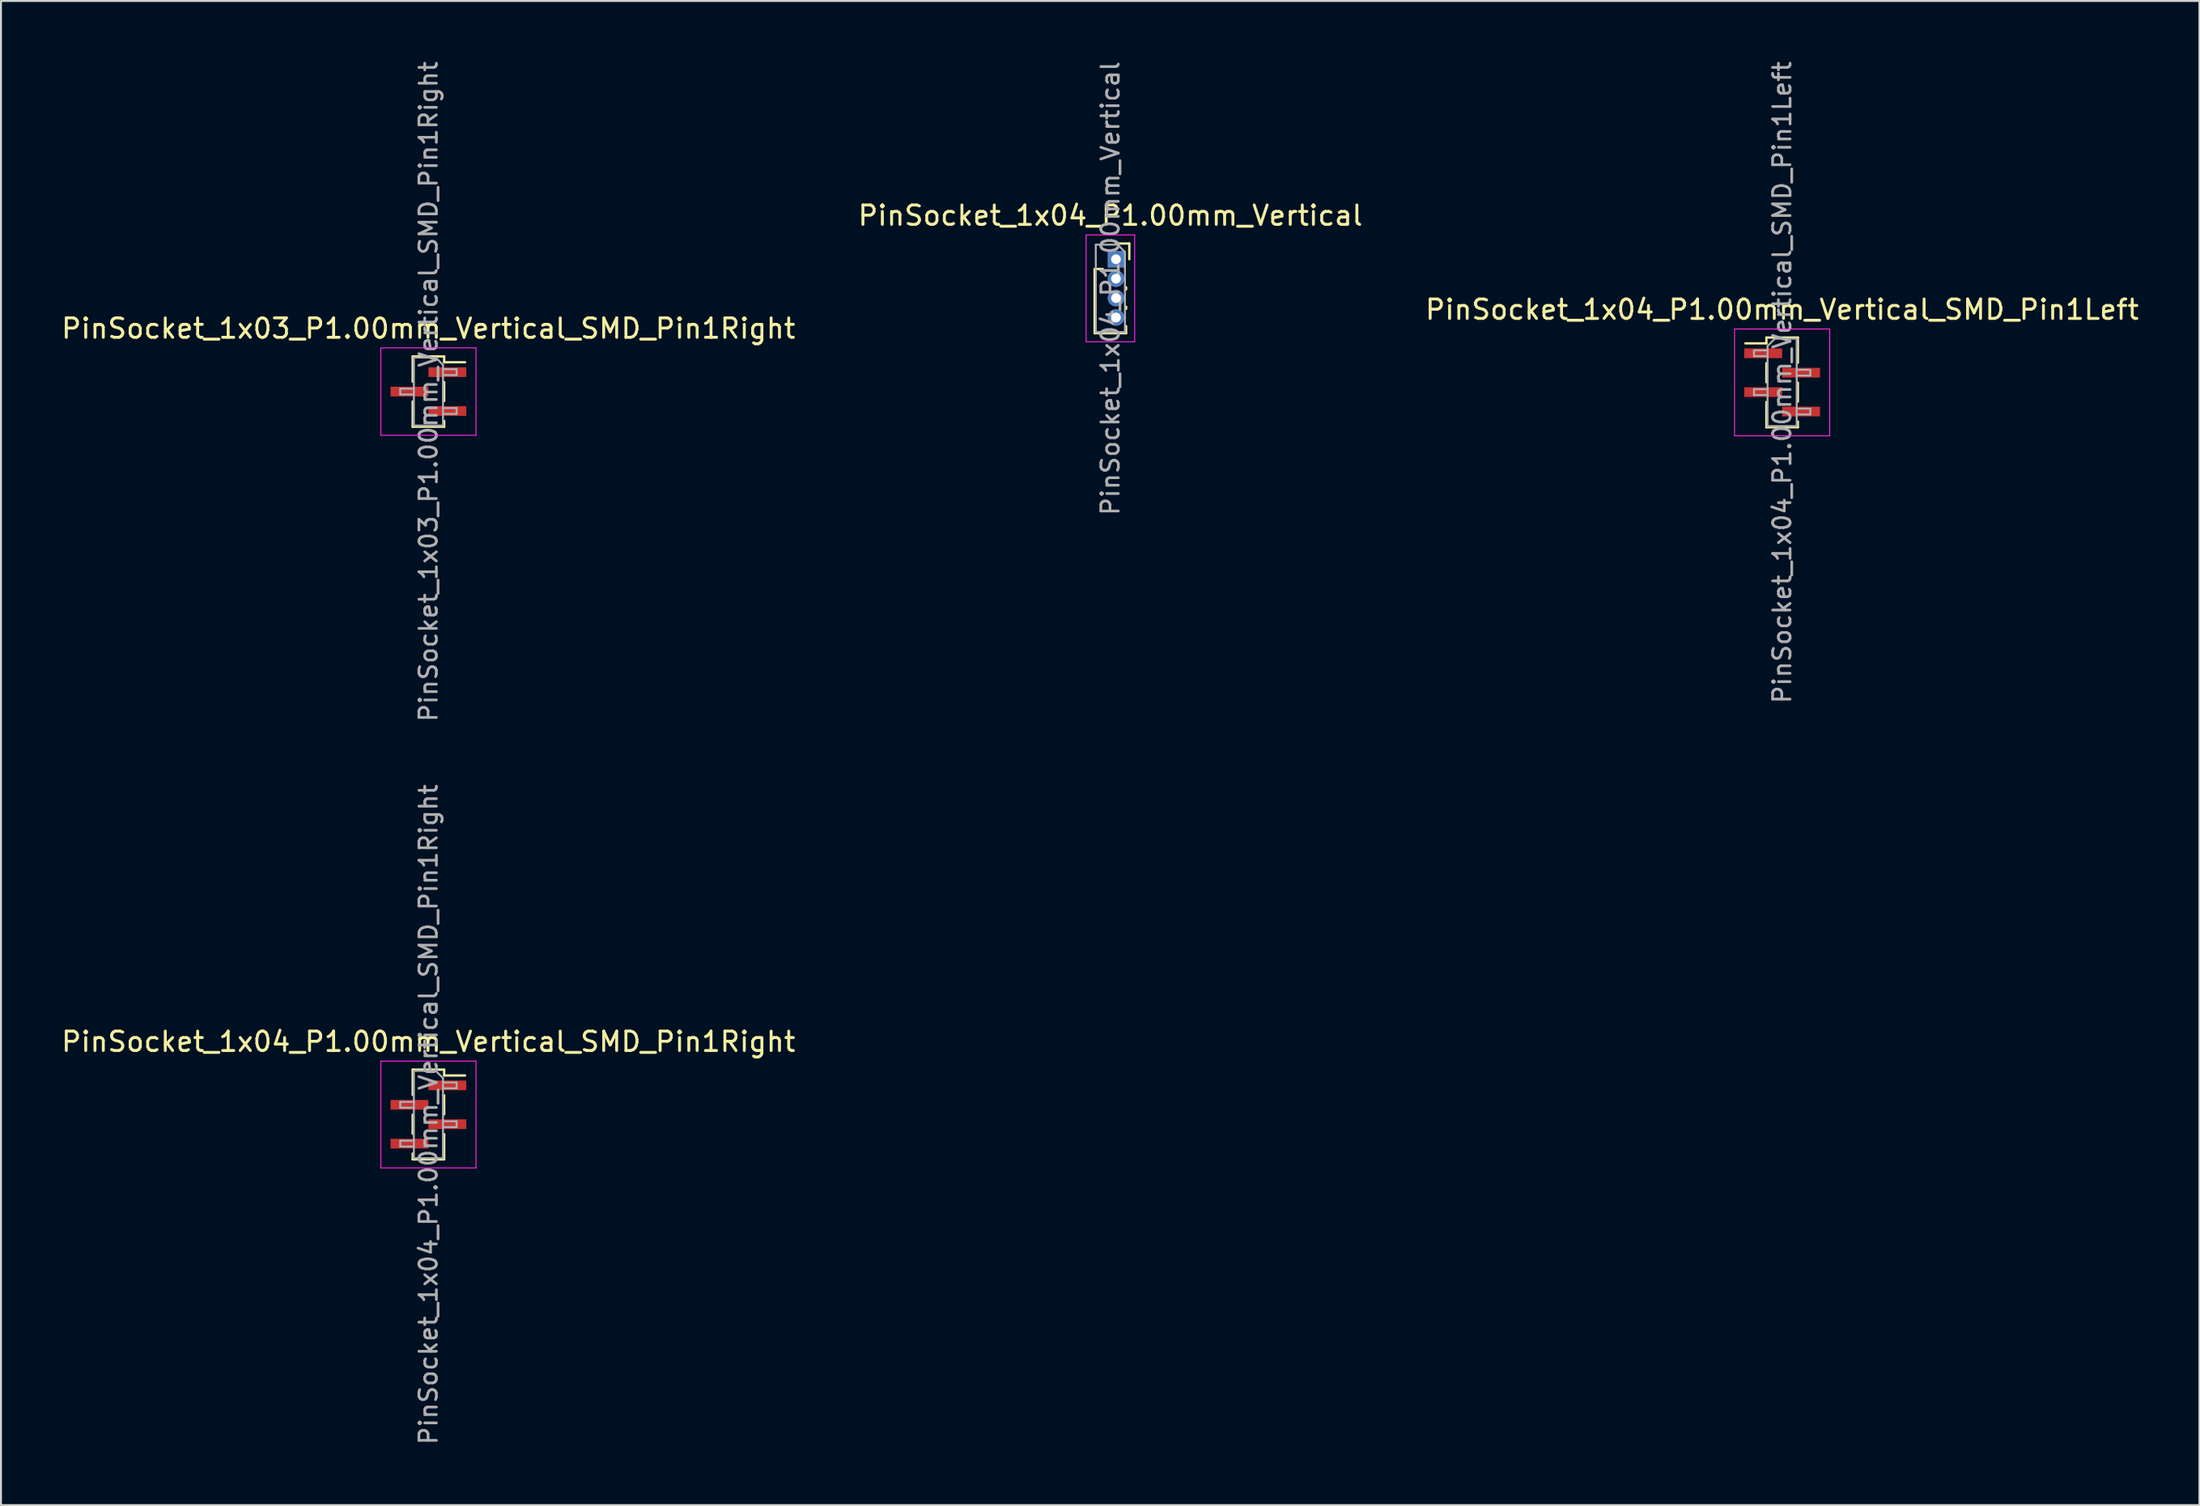
<source format=kicad_pcb>
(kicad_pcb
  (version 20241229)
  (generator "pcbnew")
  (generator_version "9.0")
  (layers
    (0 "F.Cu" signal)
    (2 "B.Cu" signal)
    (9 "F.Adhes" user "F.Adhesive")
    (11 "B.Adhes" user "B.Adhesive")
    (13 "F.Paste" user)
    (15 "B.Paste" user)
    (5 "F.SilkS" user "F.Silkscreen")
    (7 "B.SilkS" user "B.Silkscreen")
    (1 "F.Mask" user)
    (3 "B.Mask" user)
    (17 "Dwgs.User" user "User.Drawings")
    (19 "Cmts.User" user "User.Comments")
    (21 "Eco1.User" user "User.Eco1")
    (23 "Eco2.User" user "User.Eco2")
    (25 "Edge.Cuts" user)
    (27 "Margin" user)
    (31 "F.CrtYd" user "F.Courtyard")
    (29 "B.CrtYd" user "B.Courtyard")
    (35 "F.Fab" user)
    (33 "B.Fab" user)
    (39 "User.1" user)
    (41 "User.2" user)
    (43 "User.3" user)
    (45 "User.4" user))
  (footprint "PinSocket_1x04_P1.00mm_Vertical"
    (layer "F.Cu")
    (at 54.403 10.299)
    (property "Reference" "PinSocket_1x04_P1.00mm_Vertical" (at -0.29 -2.25 0) (layer "F.SilkS") (effects (font (size 1 1) (thickness 0.15))))
    (attr through_hole)
    (fp_line (start -1.1 0.5) (end -1.1 3.81) (stroke (width 0.12) (type solid)) (layer "F.SilkS"))
    (fp_line (start -1.1 0.5) (end -0.685 0.5) (stroke (width 0.12) (type solid)) (layer "F.SilkS"))
    (fp_line (start -1.1 3.81) (end 0.52 3.81) (stroke (width 0.12) (type solid)) (layer "F.SilkS"))
    (fp_line (start 0 -0.81) (end 0.685 -0.81) (stroke (width 0.12) (type solid)) (layer "F.SilkS"))
    (fp_line (start 0.52 1.446) (end 0.52 1.554) (stroke (width 0.12) (type solid)) (layer "F.SilkS"))
    (fp_line (start 0.52 2.446) (end 0.52 2.554) (stroke (width 0.12) (type solid)) (layer "F.SilkS"))
    (fp_line (start 0.52 3.446) (end 0.52 3.81) (stroke (width 0.12) (type solid)) (layer "F.SilkS"))
    (fp_line (start 0.685 -0.81) (end 0.685 0) (stroke (width 0.12) (type solid)) (layer "F.SilkS"))
    (fp_line (start -1.54 -1.25) (end 0.96 -1.25) (stroke (width 0.05) (type solid)) (layer "F.CrtYd"))
    (fp_line (start -1.54 4.25) (end -1.54 -1.25) (stroke (width 0.05) (type solid)) (layer "F.CrtYd"))
    (fp_line (start 0.96 -1.25) (end 0.96 4.25) (stroke (width 0.05) (type solid)) (layer "F.CrtYd"))
    (fp_line (start 0.96 4.25) (end -1.54 4.25) (stroke (width 0.05) (type solid)) (layer "F.CrtYd"))
    (fp_line (start -1.04 -0.75) (end 0.085 -0.75) (stroke (width 0.1) (type solid)) (layer "F.Fab"))
    (fp_line (start -1.04 3.75) (end -1.04 -0.75) (stroke (width 0.1) (type solid)) (layer "F.Fab"))
    (fp_line (start 0.085 -0.75) (end 0.46 -0.375) (stroke (width 0.1) (type solid)) (layer "F.Fab"))
    (fp_line (start 0.46 -0.375) (end 0.46 3.75) (stroke (width 0.1) (type solid)) (layer "F.Fab"))
    (fp_line (start 0.46 3.75) (end -1.04 3.75) (stroke (width 0.1) (type solid)) (layer "F.Fab"))
    (fp_text user "${REFERENCE}" (at -0.29 1.5 90) (layer "F.Fab") (effects (font (size 0.9 0.9) (thickness 0.14))))
    (pad "1" thru_hole rect (at 0 0) (size 0.85 0.85) (drill 0.5) (layers "*.Cu" "*.Mask"))
    (pad "2" thru_hole oval (at 0 1) (size 0.85 0.85) (drill 0.5) (layers "*.Cu" "*.Mask"))
    (pad "3" thru_hole oval (at 0 2) (size 0.85 0.85) (drill 0.5) (layers "*.Cu" "*.Mask"))
    (pad "4" thru_hole oval (at 0 3) (size 0.85 0.85) (drill 0.5) (layers "*.Cu" "*.Mask")))
  (footprint "PinSocket_1x03_P1.00mm_Vertical_SMD_Pin1Right"
    (layer "F.Cu")
    (at 19.006 17.113)
    (property "Reference" "PinSocket_1x03_P1.00mm_Vertical_SMD_Pin1Right" (at 0 -3.25 0) (layer "F.SilkS") (effects (font (size 1 1) (thickness 0.15))))
    (attr smd)
    (fp_line (start -0.81 -1.81) (end -0.81 -0.51) (stroke (width 0.12) (type solid)) (layer "F.SilkS"))
    (fp_line (start -0.81 -1.81) (end 0.81 -1.81) (stroke (width 0.12) (type solid)) (layer "F.SilkS"))
    (fp_line (start -0.81 0.51) (end -0.81 1.81) (stroke (width 0.12) (type solid)) (layer "F.SilkS"))
    (fp_line (start -0.81 1.81) (end 0.81 1.81) (stroke (width 0.12) (type solid)) (layer "F.SilkS"))
    (fp_line (start 0.81 -1.81) (end 0.81 -1.51) (stroke (width 0.12) (type solid)) (layer "F.SilkS"))
    (fp_line (start 0.81 -1.51) (end 1.89 -1.51) (stroke (width 0.12) (type solid)) (layer "F.SilkS"))
    (fp_line (start 0.81 -0.49) (end 0.81 0.49) (stroke (width 0.12) (type solid)) (layer "F.SilkS"))
    (fp_line (start 0.81 1.51) (end 0.81 1.81) (stroke (width 0.12) (type solid)) (layer "F.SilkS"))
    (fp_line (start -2.45 -2.25) (end 2.45 -2.25) (stroke (width 0.05) (type solid)) (layer "F.CrtYd"))
    (fp_line (start -2.45 2.25) (end -2.45 -2.25) (stroke (width 0.05) (type solid)) (layer "F.CrtYd"))
    (fp_line (start 2.45 -2.25) (end 2.45 2.25) (stroke (width 0.05) (type solid)) (layer "F.CrtYd"))
    (fp_line (start 2.45 2.25) (end -2.45 2.25) (stroke (width 0.05) (type solid)) (layer "F.CrtYd"))
    (fp_line (start -1.45 -0.15) (end -0.75 -0.15) (stroke (width 0.1) (type solid)) (layer "F.Fab"))
    (fp_line (start -1.45 0.15) (end -1.45 -0.15) (stroke (width 0.1) (type solid)) (layer "F.Fab"))
    (fp_line (start -0.75 -1.75) (end 0.375 -1.75) (stroke (width 0.1) (type solid)) (layer "F.Fab"))
    (fp_line (start -0.75 0.15) (end -1.45 0.15) (stroke (width 0.1) (type solid)) (layer "F.Fab"))
    (fp_line (start -0.75 1.75) (end -0.75 -1.75) (stroke (width 0.1) (type solid)) (layer "F.Fab"))
    (fp_line (start 0.375 -1.75) (end 0.75 -1.375) (stroke (width 0.1) (type solid)) (layer "F.Fab"))
    (fp_line (start 0.75 -1.375) (end 0.75 1.75) (stroke (width 0.1) (type solid)) (layer "F.Fab"))
    (fp_line (start 0.75 -1.15) (end 1.45 -1.15) (stroke (width 0.1) (type solid)) (layer "F.Fab"))
    (fp_line (start 0.75 0.85) (end 1.45 0.85) (stroke (width 0.1) (type solid)) (layer "F.Fab"))
    (fp_line (start 0.75 1.75) (end -0.75 1.75) (stroke (width 0.1) (type solid)) (layer "F.Fab"))
    (fp_line (start 1.45 -1.15) (end 1.45 -0.85) (stroke (width 0.1) (type solid)) (layer "F.Fab"))
    (fp_line (start 1.45 -0.85) (end 0.75 -0.85) (stroke (width 0.1) (type solid)) (layer "F.Fab"))
    (fp_line (start 1.45 0.85) (end 1.45 1.15) (stroke (width 0.1) (type solid)) (layer "F.Fab"))
    (fp_line (start 1.45 1.15) (end 0.75 1.15) (stroke (width 0.1) (type solid)) (layer "F.Fab"))
    (fp_text user "${REFERENCE}" (at 0 0 90) (layer "F.Fab") (effects (font (size 0.9 0.9) (thickness 0.14))))
    (pad "1" smd rect (at 0.975 -1) (size 1.95 0.5) (layers "F.Cu" "F.Mask" "F.Paste"))
    (pad "2" smd rect (at -0.975 0) (size 1.95 0.5) (layers "F.Cu" "F.Mask" "F.Paste"))
    (pad "3" smd rect (at 0.975 1) (size 1.95 0.5) (layers "F.Cu" "F.Mask" "F.Paste")))
  (footprint "PinSocket_1x04_P1.00mm_Vertical_SMD_Pin1Left"
    (layer "F.Cu")
    (at 88.696 16.641)
    (property "Reference" "PinSocket_1x04_P1.00mm_Vertical_SMD_Pin1Left" (at 0 -3.75 0) (layer "F.SilkS") (effects (font (size 1 1) (thickness 0.15))))
    (attr smd)
    (fp_line (start -1.89 -2.01) (end -0.81 -2.01) (stroke (width 0.12) (type solid)) (layer "F.SilkS"))
    (fp_line (start -0.81 -2.31) (end -0.81 -2.01) (stroke (width 0.12) (type solid)) (layer "F.SilkS"))
    (fp_line (start -0.81 -2.31) (end 0.81 -2.31) (stroke (width 0.12) (type solid)) (layer "F.SilkS"))
    (fp_line (start -0.81 -0.99) (end -0.81 -0.01) (stroke (width 0.12) (type solid)) (layer "F.SilkS"))
    (fp_line (start -0.81 1.01) (end -0.81 2.31) (stroke (width 0.12) (type solid)) (layer "F.SilkS"))
    (fp_line (start -0.81 2.31) (end 0.81 2.31) (stroke (width 0.12) (type solid)) (layer "F.SilkS"))
    (fp_line (start 0.81 -2.31) (end 0.81 -1.01) (stroke (width 0.12) (type solid)) (layer "F.SilkS"))
    (fp_line (start 0.81 0.01) (end 0.81 0.99) (stroke (width 0.12) (type solid)) (layer "F.SilkS"))
    (fp_line (start 0.81 2.01) (end 0.81 2.31) (stroke (width 0.12) (type solid)) (layer "F.SilkS"))
    (fp_line (start -2.45 -2.75) (end 2.45 -2.75) (stroke (width 0.05) (type solid)) (layer "F.CrtYd"))
    (fp_line (start -2.45 2.75) (end -2.45 -2.75) (stroke (width 0.05) (type solid)) (layer "F.CrtYd"))
    (fp_line (start 2.45 -2.75) (end 2.45 2.75) (stroke (width 0.05) (type solid)) (layer "F.CrtYd"))
    (fp_line (start 2.45 2.75) (end -2.45 2.75) (stroke (width 0.05) (type solid)) (layer "F.CrtYd"))
    (fp_line (start -1.45 -1.65) (end -0.75 -1.65) (stroke (width 0.1) (type solid)) (layer "F.Fab"))
    (fp_line (start -1.45 -1.35) (end -1.45 -1.65) (stroke (width 0.1) (type solid)) (layer "F.Fab"))
    (fp_line (start -1.45 0.35) (end -0.75 0.35) (stroke (width 0.1) (type solid)) (layer "F.Fab"))
    (fp_line (start -1.45 0.65) (end -1.45 0.35) (stroke (width 0.1) (type solid)) (layer "F.Fab"))
    (fp_line (start -0.75 -1.875) (end -0.375 -2.25) (stroke (width 0.1) (type solid)) (layer "F.Fab"))
    (fp_line (start -0.75 -1.35) (end -1.45 -1.35) (stroke (width 0.1) (type solid)) (layer "F.Fab"))
    (fp_line (start -0.75 0.65) (end -1.45 0.65) (stroke (width 0.1) (type solid)) (layer "F.Fab"))
    (fp_line (start -0.75 2.25) (end -0.75 -1.875) (stroke (width 0.1) (type solid)) (layer "F.Fab"))
    (fp_line (start -0.375 -2.25) (end 0.75 -2.25) (stroke (width 0.1) (type solid)) (layer "F.Fab"))
    (fp_line (start 0.75 -2.25) (end 0.75 2.25) (stroke (width 0.1) (type solid)) (layer "F.Fab"))
    (fp_line (start 0.75 -0.65) (end 1.45 -0.65) (stroke (width 0.1) (type solid)) (layer "F.Fab"))
    (fp_line (start 0.75 1.35) (end 1.45 1.35) (stroke (width 0.1) (type solid)) (layer "F.Fab"))
    (fp_line (start 0.75 2.25) (end -0.75 2.25) (stroke (width 0.1) (type solid)) (layer "F.Fab"))
    (fp_line (start 1.45 -0.65) (end 1.45 -0.35) (stroke (width 0.1) (type solid)) (layer "F.Fab"))
    (fp_line (start 1.45 -0.35) (end 0.75 -0.35) (stroke (width 0.1) (type solid)) (layer "F.Fab"))
    (fp_line (start 1.45 1.35) (end 1.45 1.65) (stroke (width 0.1) (type solid)) (layer "F.Fab"))
    (fp_line (start 1.45 1.65) (end 0.75 1.65) (stroke (width 0.1) (type solid)) (layer "F.Fab"))
    (fp_text user "${REFERENCE}" (at 0 0 90) (layer "F.Fab") (effects (font (size 0.9 0.9) (thickness 0.14))))
    (pad "1" smd rect (at -0.975 -1.5) (size 1.95 0.5) (layers "F.Cu" "F.Mask" "F.Paste"))
    (pad "2" smd rect (at 0.975 -0.5) (size 1.95 0.5) (layers "F.Cu" "F.Mask" "F.Paste"))
    (pad "3" smd rect (at -0.975 0.5) (size 1.95 0.5) (layers "F.Cu" "F.Mask" "F.Paste"))
    (pad "4" smd rect (at 0.975 1.5) (size 1.95 0.5) (layers "F.Cu" "F.Mask" "F.Paste")))
  (footprint "PinSocket_1x04_P1.00mm_Vertical_SMD_Pin1Right"
    (layer "F.Cu")
    (at 19.006 54.339)
    (property "Reference" "PinSocket_1x04_P1.00mm_Vertical_SMD_Pin1Right" (at 0 -3.75 0) (layer "F.SilkS") (effects (font (size 1 1) (thickness 0.15))))
    (attr smd)
    (fp_line (start -0.81 -2.31) (end -0.81 -1.01) (stroke (width 0.12) (type solid)) (layer "F.SilkS"))
    (fp_line (start -0.81 -2.31) (end 0.81 -2.31) (stroke (width 0.12) (type solid)) (layer "F.SilkS"))
    (fp_line (start -0.81 0.01) (end -0.81 0.99) (stroke (width 0.12) (type solid)) (layer "F.SilkS"))
    (fp_line (start -0.81 2.01) (end -0.81 2.31) (stroke (width 0.12) (type solid)) (layer "F.SilkS"))
    (fp_line (start -0.81 2.31) (end 0.81 2.31) (stroke (width 0.12) (type solid)) (layer "F.SilkS"))
    (fp_line (start 0.81 -2.31) (end 0.81 -2.01) (stroke (width 0.12) (type solid)) (layer "F.SilkS"))
    (fp_line (start 0.81 -2.01) (end 1.89 -2.01) (stroke (width 0.12) (type solid)) (layer "F.SilkS"))
    (fp_line (start 0.81 -0.99) (end 0.81 -0.01) (stroke (width 0.12) (type solid)) (layer "F.SilkS"))
    (fp_line (start 0.81 1.01) (end 0.81 2.31) (stroke (width 0.12) (type solid)) (layer "F.SilkS"))
    (fp_line (start -2.45 -2.75) (end 2.45 -2.75) (stroke (width 0.05) (type solid)) (layer "F.CrtYd"))
    (fp_line (start -2.45 2.75) (end -2.45 -2.75) (stroke (width 0.05) (type solid)) (layer "F.CrtYd"))
    (fp_line (start 2.45 -2.75) (end 2.45 2.75) (stroke (width 0.05) (type solid)) (layer "F.CrtYd"))
    (fp_line (start 2.45 2.75) (end -2.45 2.75) (stroke (width 0.05) (type solid)) (layer "F.CrtYd"))
    (fp_line (start -1.45 -0.65) (end -0.75 -0.65) (stroke (width 0.1) (type solid)) (layer "F.Fab"))
    (fp_line (start -1.45 -0.35) (end -1.45 -0.65) (stroke (width 0.1) (type solid)) (layer "F.Fab"))
    (fp_line (start -1.45 1.35) (end -0.75 1.35) (stroke (width 0.1) (type solid)) (layer "F.Fab"))
    (fp_line (start -1.45 1.65) (end -1.45 1.35) (stroke (width 0.1) (type solid)) (layer "F.Fab"))
    (fp_line (start -0.75 -2.25) (end 0.375 -2.25) (stroke (width 0.1) (type solid)) (layer "F.Fab"))
    (fp_line (start -0.75 -0.35) (end -1.45 -0.35) (stroke (width 0.1) (type solid)) (layer "F.Fab"))
    (fp_line (start -0.75 1.65) (end -1.45 1.65) (stroke (width 0.1) (type solid)) (layer "F.Fab"))
    (fp_line (start -0.75 2.25) (end -0.75 -2.25) (stroke (width 0.1) (type solid)) (layer "F.Fab"))
    (fp_line (start 0.375 -2.25) (end 0.75 -1.875) (stroke (width 0.1) (type solid)) (layer "F.Fab"))
    (fp_line (start 0.75 -1.875) (end 0.75 2.25) (stroke (width 0.1) (type solid)) (layer "F.Fab"))
    (fp_line (start 0.75 -1.65) (end 1.45 -1.65) (stroke (width 0.1) (type solid)) (layer "F.Fab"))
    (fp_line (start 0.75 0.35) (end 1.45 0.35) (stroke (width 0.1) (type solid)) (layer "F.Fab"))
    (fp_line (start 0.75 2.25) (end -0.75 2.25) (stroke (width 0.1) (type solid)) (layer "F.Fab"))
    (fp_line (start 1.45 -1.65) (end 1.45 -1.35) (stroke (width 0.1) (type solid)) (layer "F.Fab"))
    (fp_line (start 1.45 -1.35) (end 0.75 -1.35) (stroke (width 0.1) (type solid)) (layer "F.Fab"))
    (fp_line (start 1.45 0.35) (end 1.45 0.65) (stroke (width 0.1) (type solid)) (layer "F.Fab"))
    (fp_line (start 1.45 0.65) (end 0.75 0.65) (stroke (width 0.1) (type solid)) (layer "F.Fab"))
    (fp_text user "${REFERENCE}" (at 0 0 90) (layer "F.Fab") (effects (font (size 0.9 0.9) (thickness 0.14))))
    (pad "1" smd rect (at 0.975 -1.5) (size 1.95 0.5) (layers "F.Cu" "F.Mask" "F.Paste"))
    (pad "2" smd rect (at -0.975 -0.5) (size 1.95 0.5) (layers "F.Cu" "F.Mask" "F.Paste"))
    (pad "3" smd rect (at 0.975 0.5) (size 1.95 0.5) (layers "F.Cu" "F.Mask" "F.Paste"))
    (pad "4" smd rect (at -0.975 1.5) (size 1.95 0.5) (layers "F.Cu" "F.Mask" "F.Paste")))
  (gr_rect
    (start -3 -3)
    (end 110.179 74.451)
    (stroke (width 0.1) (type default))
    (fill no)
    (layer "Edge.Cuts")))
</source>
